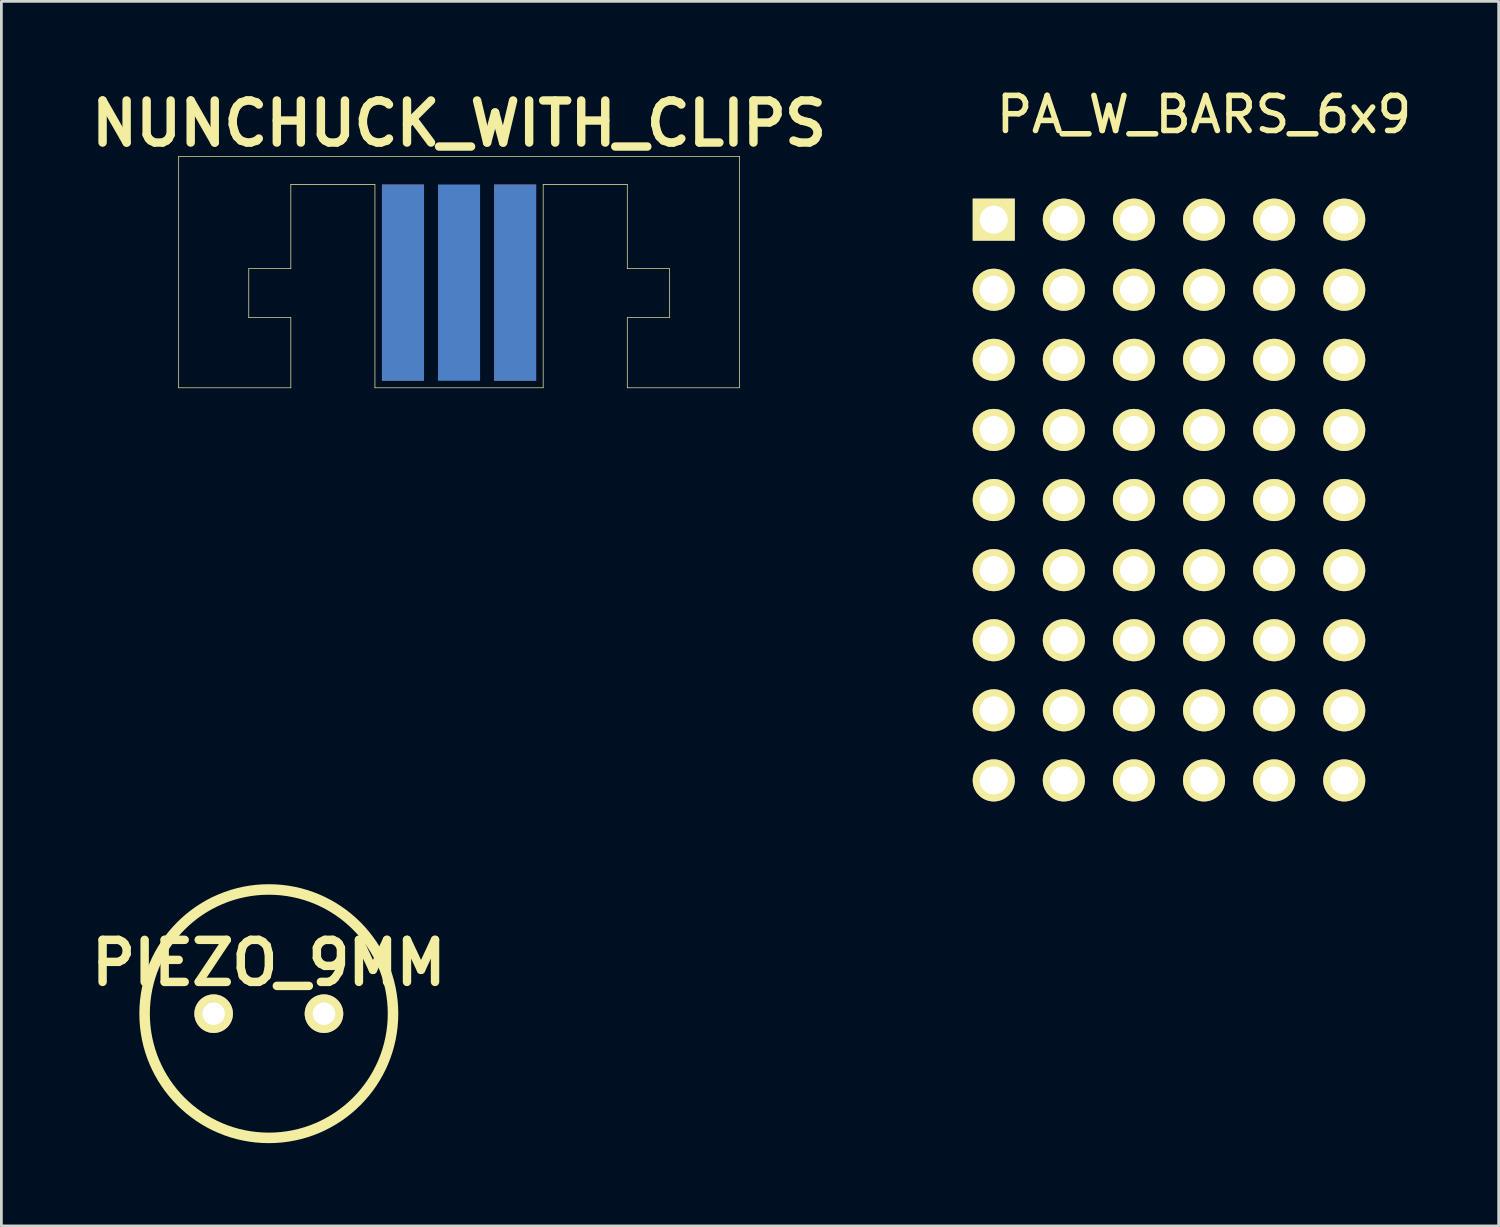
<source format=kicad_pcb>
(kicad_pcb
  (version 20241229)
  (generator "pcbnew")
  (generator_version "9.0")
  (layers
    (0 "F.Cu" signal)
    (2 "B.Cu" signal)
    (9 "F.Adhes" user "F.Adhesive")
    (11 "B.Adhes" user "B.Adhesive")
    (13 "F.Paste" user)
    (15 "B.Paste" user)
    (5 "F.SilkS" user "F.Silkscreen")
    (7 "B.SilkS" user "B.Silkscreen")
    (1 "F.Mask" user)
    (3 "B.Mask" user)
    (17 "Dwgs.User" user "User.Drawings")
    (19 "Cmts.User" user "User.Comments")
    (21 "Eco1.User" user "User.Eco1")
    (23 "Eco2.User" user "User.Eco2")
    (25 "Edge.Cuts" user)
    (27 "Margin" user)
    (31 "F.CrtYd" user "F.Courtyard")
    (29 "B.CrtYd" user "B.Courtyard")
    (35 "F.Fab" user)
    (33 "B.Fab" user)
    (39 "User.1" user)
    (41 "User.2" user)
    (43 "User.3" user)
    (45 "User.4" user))
  (footprint "PIEZO_9MM"
    (layer "F.Cu")
    (at 6.691 33.683)
    (property "Reference" "PIEZO_9MM" (at 0 -1.841 0) (layer "F.SilkS") (effects (font (size 1.524 1.524) (thickness 0.305))))
    (attr through_hole)
    (fp_circle (center 0 0) (end 4.501 0) (stroke (width 0.381) (type solid)) (fill no) (layer "F.SilkS"))
    (pad "1" thru_hole circle (at -1.999 0) (size 1.397 1.397) (drill 0.813) (layers "*.Cu" "*.Mask" "F.SilkS"))
    (pad "2" thru_hole circle (at 1.999 0) (size 1.397 1.397) (drill 0.813) (layers "*.Cu" "*.Mask" "F.SilkS")))
  (footprint "NUNCHUCK_WITH_CLIPS"
    (layer "F.Cu")
    (at 13.585 7.065)
    (property "Reference" "NUNCHUCK_WITH_CLIPS" (at 0 -5.639 0) (layer "F.SilkS") (effects (font (size 1.524 1.524) (thickness 0.305))))
    (attr through_hole)
    (fp_line (start -10.16 3.937) (end -10.16 -4.445) (stroke (width 0.025) (type solid)) (layer "F.SilkS"))
    (fp_line (start -10.16 3.937) (end -6.096 3.937) (stroke (width 0.025) (type solid)) (layer "F.SilkS"))
    (fp_line (start -7.62 -0.381) (end -7.62 1.397) (stroke (width 0.025) (type solid)) (layer "F.SilkS"))
    (fp_line (start -7.62 -0.381) (end -6.096 -0.381) (stroke (width 0.025) (type solid)) (layer "F.SilkS"))
    (fp_line (start -7.62 1.397) (end -6.096 1.397) (stroke (width 0.025) (type solid)) (layer "F.SilkS"))
    (fp_line (start -6.096 -3.429) (end -6.096 -0.381) (stroke (width 0.025) (type solid)) (layer "F.SilkS"))
    (fp_line (start -6.096 1.397) (end -6.096 3.937) (stroke (width 0.025) (type solid)) (layer "F.SilkS"))
    (fp_line (start -3.048 -3.429) (end -6.096 -3.429) (stroke (width 0.025) (type solid)) (layer "F.SilkS"))
    (fp_line (start -3.048 -3.429) (end -3.048 3.937) (stroke (width 0.025) (type solid)) (layer "F.SilkS"))
    (fp_line (start 3.048 -3.429) (end 3.048 3.937) (stroke (width 0.025) (type solid)) (layer "F.SilkS"))
    (fp_line (start 3.048 -3.429) (end 6.096 -3.429) (stroke (width 0.025) (type solid)) (layer "F.SilkS"))
    (fp_line (start 3.048 3.937) (end -3.048 3.937) (stroke (width 0.025) (type solid)) (layer "F.SilkS"))
    (fp_line (start 6.096 -3.429) (end 6.096 -0.381) (stroke (width 0.025) (type solid)) (layer "F.SilkS"))
    (fp_line (start 6.096 -0.381) (end 7.62 -0.381) (stroke (width 0.025) (type solid)) (layer "F.SilkS"))
    (fp_line (start 6.096 1.397) (end 6.096 3.937) (stroke (width 0.025) (type solid)) (layer "F.SilkS"))
    (fp_line (start 6.096 1.397) (end 7.62 1.397) (stroke (width 0.025) (type solid)) (layer "F.SilkS"))
    (fp_line (start 6.096 3.937) (end 10.16 3.937) (stroke (width 0.025) (type solid)) (layer "F.SilkS"))
    (fp_line (start 7.62 -0.381) (end 7.62 1.397) (stroke (width 0.025) (type solid)) (layer "F.SilkS"))
    (fp_line (start 10.16 -4.445) (end -10.16 -4.445) (stroke (width 0.025) (type solid)) (layer "F.SilkS"))
    (fp_line (start 10.16 3.937) (end 10.16 -4.445) (stroke (width 0.025) (type solid)) (layer "F.SilkS"))
    (pad "1" smd rect (at -2.032 0.127) (size 1.524 7.112) (layers "F.Cu" "F.Mask" "F.Paste"))
    (pad "3" smd rect (at 2.032 0.127) (size 1.524 7.112) (layers "F.Cu" "F.Mask" "F.Paste"))
    (pad "4" smd rect (at 2.032 0.127) (size 1.524 7.112) (layers "B.Cu" "B.Mask" "B.Paste"))
    (pad "5" smd rect (at 0 0.127) (size 1.524 7.112) (layers "B.Cu" "B.Mask" "B.Paste"))
    (pad "6" smd rect (at -2.032 0.127) (size 1.524 7.112) (layers "B.Cu" "B.Mask" "B.Paste")))
  (footprint "PA_W_BARS_6x9"
    (layer "F.Cu")
    (at 30.421 2.37)
    (property "Reference" "PA_W_BARS_6x9" (at 10.16 -1.27 0) (layer "F.SilkS") (effects (font (size 1.27 1.27) (thickness 0.203))))
    (attr through_hole)
    (pad "1" thru_hole rect (at 2.54 2.54) (size 1.524 1.524) (drill 1.016) (layers "*.Cu" "*.Mask" "F.SilkS"))
    (pad "1" thru_hole circle (at 5.08 2.54) (size 1.524 1.524) (drill 1.016) (layers "*.Cu" "*.Mask" "F.SilkS"))
    (pad "1" thru_hole circle (at 7.62 2.54) (size 1.524 1.524) (drill 1.016) (layers "*.Cu" "*.Mask" "F.SilkS"))
    (pad "1" thru_hole circle (at 10.16 2.54) (size 1.524 1.524) (drill 1.016) (layers "*.Cu" "*.Mask" "F.SilkS"))
    (pad "1" thru_hole circle (at 12.7 2.54) (size 1.524 1.524) (drill 1.016) (layers "*.Cu" "*.Mask" "F.SilkS"))
    (pad "1" thru_hole circle (at 15.24 2.54) (size 1.524 1.524) (drill 1.016) (layers "*.Cu" "*.Mask" "F.SilkS"))
    (pad "2" thru_hole circle (at 2.54 5.08) (size 1.524 1.524) (drill 1.016) (layers "*.Cu" "*.Mask" "F.SilkS"))
    (pad "3" thru_hole circle (at 5.08 5.08) (size 1.524 1.524) (drill 1.016) (layers "*.Cu" "*.Mask" "F.SilkS"))
    (pad "4" thru_hole circle (at 7.62 5.08) (size 1.524 1.524) (drill 1.016) (layers "*.Cu" "*.Mask" "F.SilkS"))
    (pad "5" thru_hole circle (at 10.16 5.08) (size 1.524 1.524) (drill 1.016) (layers "*.Cu" "*.Mask" "F.SilkS"))
    (pad "6" thru_hole circle (at 12.7 5.08) (size 1.524 1.524) (drill 1.016) (layers "*.Cu" "*.Mask" "F.SilkS"))
    (pad "7" thru_hole circle (at 15.24 5.08) (size 1.524 1.524) (drill 1.016) (layers "*.Cu" "*.Mask" "F.SilkS"))
    (pad "8" thru_hole circle (at 2.54 7.62) (size 1.524 1.524) (drill 1.016) (layers "*.Cu" "*.Mask" "F.SilkS"))
    (pad "9" thru_hole circle (at 5.08 7.62) (size 1.524 1.524) (drill 1.016) (layers "*.Cu" "*.Mask" "F.SilkS"))
    (pad "10" thru_hole circle (at 7.62 7.62) (size 1.524 1.524) (drill 1.016) (layers "*.Cu" "*.Mask" "F.SilkS"))
    (pad "11" thru_hole circle (at 10.16 7.62) (size 1.524 1.524) (drill 1.016) (layers "*.Cu" "*.Mask" "F.SilkS"))
    (pad "12" thru_hole circle (at 12.7 7.62) (size 1.524 1.524) (drill 1.016) (layers "*.Cu" "*.Mask" "F.SilkS"))
    (pad "13" thru_hole circle (at 15.24 7.62) (size 1.524 1.524) (drill 1.016) (layers "*.Cu" "*.Mask" "F.SilkS"))
    (pad "14" thru_hole circle (at 2.54 10.16) (size 1.524 1.524) (drill 1.016) (layers "*.Cu" "*.Mask" "F.SilkS"))
    (pad "15" thru_hole circle (at 5.08 10.16) (size 1.524 1.524) (drill 1.016) (layers "*.Cu" "*.Mask" "F.SilkS"))
    (pad "16" thru_hole circle (at 7.62 10.16) (size 1.524 1.524) (drill 1.016) (layers "*.Cu" "*.Mask" "F.SilkS"))
    (pad "17" thru_hole circle (at 10.16 10.16) (size 1.524 1.524) (drill 1.016) (layers "*.Cu" "*.Mask" "F.SilkS"))
    (pad "18" thru_hole circle (at 12.7 10.16) (size 1.524 1.524) (drill 1.016) (layers "*.Cu" "*.Mask" "F.SilkS"))
    (pad "19" thru_hole circle (at 15.24 10.16) (size 1.524 1.524) (drill 1.016) (layers "*.Cu" "*.Mask" "F.SilkS"))
    (pad "20" thru_hole circle (at 2.54 12.7) (size 1.524 1.524) (drill 1.016) (layers "*.Cu" "*.Mask" "F.SilkS"))
    (pad "21" thru_hole circle (at 5.08 12.7) (size 1.524 1.524) (drill 1.016) (layers "*.Cu" "*.Mask" "F.SilkS"))
    (pad "22" thru_hole circle (at 7.62 12.7) (size 1.524 1.524) (drill 1.016) (layers "*.Cu" "*.Mask" "F.SilkS"))
    (pad "23" thru_hole circle (at 10.16 12.7) (size 1.524 1.524) (drill 1.016) (layers "*.Cu" "*.Mask" "F.SilkS"))
    (pad "24" thru_hole circle (at 12.7 12.7) (size 1.524 1.524) (drill 1.016) (layers "*.Cu" "*.Mask" "F.SilkS"))
    (pad "25" thru_hole circle (at 15.24 12.7) (size 1.524 1.524) (drill 1.016) (layers "*.Cu" "*.Mask" "F.SilkS"))
    (pad "26" thru_hole circle (at 2.54 15.24) (size 1.524 1.524) (drill 1.016) (layers "*.Cu" "*.Mask" "F.SilkS"))
    (pad "27" thru_hole circle (at 5.08 15.24) (size 1.524 1.524) (drill 1.016) (layers "*.Cu" "*.Mask" "F.SilkS"))
    (pad "28" thru_hole circle (at 7.62 15.24) (size 1.524 1.524) (drill 1.016) (layers "*.Cu" "*.Mask" "F.SilkS"))
    (pad "29" thru_hole circle (at 10.16 15.24) (size 1.524 1.524) (drill 1.016) (layers "*.Cu" "*.Mask" "F.SilkS"))
    (pad "30" thru_hole circle (at 12.7 15.24) (size 1.524 1.524) (drill 1.016) (layers "*.Cu" "*.Mask" "F.SilkS"))
    (pad "31" thru_hole circle (at 15.24 15.24) (size 1.524 1.524) (drill 1.016) (layers "*.Cu" "*.Mask" "F.SilkS"))
    (pad "32" thru_hole circle (at 2.54 17.78) (size 1.524 1.524) (drill 1.016) (layers "*.Cu" "*.Mask" "F.SilkS"))
    (pad "33" thru_hole circle (at 5.08 17.78) (size 1.524 1.524) (drill 1.016) (layers "*.Cu" "*.Mask" "F.SilkS"))
    (pad "34" thru_hole circle (at 7.62 17.78) (size 1.524 1.524) (drill 1.016) (layers "*.Cu" "*.Mask" "F.SilkS"))
    (pad "35" thru_hole circle (at 10.16 17.78) (size 1.524 1.524) (drill 1.016) (layers "*.Cu" "*.Mask" "F.SilkS"))
    (pad "36" thru_hole circle (at 12.7 17.78) (size 1.524 1.524) (drill 1.016) (layers "*.Cu" "*.Mask" "F.SilkS"))
    (pad "37" thru_hole circle (at 15.24 17.78) (size 1.524 1.524) (drill 1.016) (layers "*.Cu" "*.Mask" "F.SilkS"))
    (pad "38" thru_hole circle (at 2.54 20.32) (size 1.524 1.524) (drill 1.016) (layers "*.Cu" "*.Mask" "F.SilkS"))
    (pad "39" thru_hole circle (at 5.08 20.32) (size 1.524 1.524) (drill 1.016) (layers "*.Cu" "*.Mask" "F.SilkS"))
    (pad "40" thru_hole circle (at 7.62 20.32) (size 1.524 1.524) (drill 1.016) (layers "*.Cu" "*.Mask" "F.SilkS"))
    (pad "41" thru_hole circle (at 10.16 20.32) (size 1.524 1.524) (drill 1.016) (layers "*.Cu" "*.Mask" "F.SilkS"))
    (pad "42" thru_hole circle (at 12.7 20.32) (size 1.524 1.524) (drill 1.016) (layers "*.Cu" "*.Mask" "F.SilkS"))
    (pad "43" thru_hole circle (at 15.24 20.32) (size 1.524 1.524) (drill 1.016) (layers "*.Cu" "*.Mask" "F.SilkS"))
    (pad "44" thru_hole circle (at 2.54 22.86) (size 1.524 1.524) (drill 1.016) (layers "*.Cu" "*.Mask" "F.SilkS"))
    (pad "44" thru_hole circle (at 5.08 22.86) (size 1.524 1.524) (drill 1.016) (layers "*.Cu" "*.Mask" "F.SilkS"))
    (pad "44" thru_hole circle (at 7.62 22.86) (size 1.524 1.524) (drill 1.016) (layers "*.Cu" "*.Mask" "F.SilkS"))
    (pad "44" thru_hole circle (at 10.16 22.86) (size 1.524 1.524) (drill 1.016) (layers "*.Cu" "*.Mask" "F.SilkS"))
    (pad "44" thru_hole circle (at 12.7 22.86) (size 1.524 1.524) (drill 1.016) (layers "*.Cu" "*.Mask" "F.SilkS"))
    (pad "44" thru_hole circle (at 15.24 22.86) (size 1.524 1.524) (drill 1.016) (layers "*.Cu" "*.Mask" "F.SilkS")))
  (gr_rect
    (start -3 -3)
    (end 51.258 41.374)
    (stroke (width 0.1) (type default))
    (fill no)
    (layer "Edge.Cuts")))
</source>
